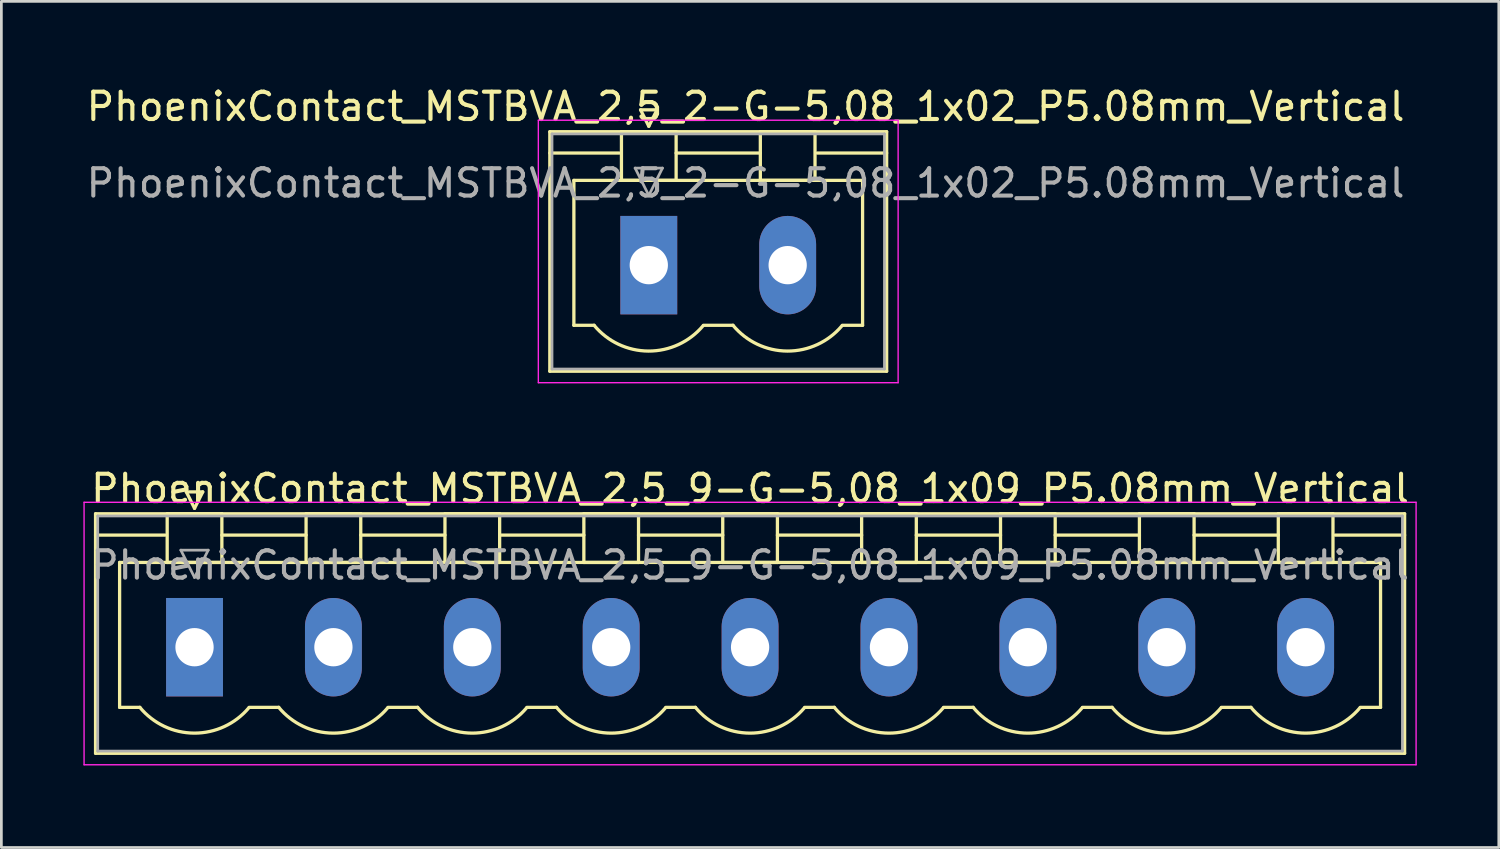
<source format=kicad_pcb>
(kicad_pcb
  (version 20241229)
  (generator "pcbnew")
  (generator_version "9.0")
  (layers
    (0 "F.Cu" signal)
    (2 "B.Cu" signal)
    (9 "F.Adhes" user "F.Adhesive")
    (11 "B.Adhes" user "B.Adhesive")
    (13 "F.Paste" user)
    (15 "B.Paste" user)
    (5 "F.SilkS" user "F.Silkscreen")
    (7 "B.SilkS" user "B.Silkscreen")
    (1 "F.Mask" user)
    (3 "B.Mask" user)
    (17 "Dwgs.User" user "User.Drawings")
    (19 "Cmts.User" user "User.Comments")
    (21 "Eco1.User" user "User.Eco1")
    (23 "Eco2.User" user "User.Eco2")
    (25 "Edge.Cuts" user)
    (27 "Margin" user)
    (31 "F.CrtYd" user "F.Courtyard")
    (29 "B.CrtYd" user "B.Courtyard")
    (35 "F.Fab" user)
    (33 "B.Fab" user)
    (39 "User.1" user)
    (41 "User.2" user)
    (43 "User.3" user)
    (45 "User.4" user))
  (footprint "PhoenixContact_MSTBVA_2,5_9-G-5,08_1x09_P5.08mm_Vertical"
    (layer "F.Cu")
    (at 4.065 20.622)
    (property "Reference" "PhoenixContact_MSTBVA_2,5_9-G-5,08_1x09_P5.08mm_Vertical" (at 20.32 -5.8 0) (layer "F.SilkS") (effects (font (size 1 1) (thickness 0.15))))
    (attr through_hole)
    (fp_line (start -3.62 -4.88) (end -3.62 3.88) (stroke (width 0.12) (type solid)) (layer "F.SilkS"))
    (fp_line (start -3.62 -4.1) (end -1.08 -4.1) (stroke (width 0.12) (type solid)) (layer "F.SilkS"))
    (fp_line (start -3.62 3.88) (end 44.26 3.88) (stroke (width 0.12) (type solid)) (layer "F.SilkS"))
    (fp_line (start -2.74 -3.1) (end 43.38 -3.1) (stroke (width 0.12) (type solid)) (layer "F.SilkS"))
    (fp_line (start -2.74 2.2) (end -2.74 -3.1) (stroke (width 0.12) (type solid)) (layer "F.SilkS"))
    (fp_line (start -2 2.2) (end -2.74 2.2) (stroke (width 0.12) (type solid)) (layer "F.SilkS"))
    (fp_line (start -1 -4.88) (end 1 -4.88) (stroke (width 0.12) (type solid)) (layer "F.SilkS"))
    (fp_line (start -1 -3.1) (end -1 -4.88) (stroke (width 0.12) (type solid)) (layer "F.SilkS"))
    (fp_line (start -0.3 -5.68) (end 0.3 -5.68) (stroke (width 0.12) (type solid)) (layer "F.SilkS"))
    (fp_line (start 0 -5.08) (end -0.3 -5.68) (stroke (width 0.12) (type solid)) (layer "F.SilkS"))
    (fp_line (start 0.3 -5.68) (end 0 -5.08) (stroke (width 0.12) (type solid)) (layer "F.SilkS"))
    (fp_line (start 1 -4.88) (end 1 -3.1) (stroke (width 0.12) (type solid)) (layer "F.SilkS"))
    (fp_line (start 1 -4.1) (end 4.08 -4.1) (stroke (width 0.12) (type solid)) (layer "F.SilkS"))
    (fp_line (start 1 -3.1) (end -1 -3.1) (stroke (width 0.12) (type solid)) (layer "F.SilkS"))
    (fp_line (start 2 2.2) (end 3.08 2.2) (stroke (width 0.12) (type solid)) (layer "F.SilkS"))
    (fp_line (start 4.08 -4.88) (end 6.08 -4.88) (stroke (width 0.12) (type solid)) (layer "F.SilkS"))
    (fp_line (start 4.08 -3.1) (end 4.08 -4.88) (stroke (width 0.12) (type solid)) (layer "F.SilkS"))
    (fp_line (start 6.08 -4.88) (end 6.08 -3.1) (stroke (width 0.12) (type solid)) (layer "F.SilkS"))
    (fp_line (start 6.08 -4.1) (end 9.16 -4.1) (stroke (width 0.12) (type solid)) (layer "F.SilkS"))
    (fp_line (start 6.08 -3.1) (end 4.08 -3.1) (stroke (width 0.12) (type solid)) (layer "F.SilkS"))
    (fp_line (start 7.08 2.2) (end 8.16 2.2) (stroke (width 0.12) (type solid)) (layer "F.SilkS"))
    (fp_line (start 9.16 -4.88) (end 11.16 -4.88) (stroke (width 0.12) (type solid)) (layer "F.SilkS"))
    (fp_line (start 9.16 -3.1) (end 9.16 -4.88) (stroke (width 0.12) (type solid)) (layer "F.SilkS"))
    (fp_line (start 11.16 -4.88) (end 11.16 -3.1) (stroke (width 0.12) (type solid)) (layer "F.SilkS"))
    (fp_line (start 11.16 -4.1) (end 14.24 -4.1) (stroke (width 0.12) (type solid)) (layer "F.SilkS"))
    (fp_line (start 11.16 -3.1) (end 9.16 -3.1) (stroke (width 0.12) (type solid)) (layer "F.SilkS"))
    (fp_line (start 12.16 2.2) (end 13.24 2.2) (stroke (width 0.12) (type solid)) (layer "F.SilkS"))
    (fp_line (start 14.24 -4.88) (end 16.24 -4.88) (stroke (width 0.12) (type solid)) (layer "F.SilkS"))
    (fp_line (start 14.24 -3.1) (end 14.24 -4.88) (stroke (width 0.12) (type solid)) (layer "F.SilkS"))
    (fp_line (start 16.24 -4.88) (end 16.24 -3.1) (stroke (width 0.12) (type solid)) (layer "F.SilkS"))
    (fp_line (start 16.24 -4.1) (end 19.32 -4.1) (stroke (width 0.12) (type solid)) (layer "F.SilkS"))
    (fp_line (start 16.24 -3.1) (end 14.24 -3.1) (stroke (width 0.12) (type solid)) (layer "F.SilkS"))
    (fp_line (start 17.24 2.2) (end 18.32 2.2) (stroke (width 0.12) (type solid)) (layer "F.SilkS"))
    (fp_line (start 19.32 -4.88) (end 21.32 -4.88) (stroke (width 0.12) (type solid)) (layer "F.SilkS"))
    (fp_line (start 19.32 -3.1) (end 19.32 -4.88) (stroke (width 0.12) (type solid)) (layer "F.SilkS"))
    (fp_line (start 21.32 -4.88) (end 21.32 -3.1) (stroke (width 0.12) (type solid)) (layer "F.SilkS"))
    (fp_line (start 21.32 -4.1) (end 24.4 -4.1) (stroke (width 0.12) (type solid)) (layer "F.SilkS"))
    (fp_line (start 21.32 -3.1) (end 19.32 -3.1) (stroke (width 0.12) (type solid)) (layer "F.SilkS"))
    (fp_line (start 22.32 2.2) (end 23.4 2.2) (stroke (width 0.12) (type solid)) (layer "F.SilkS"))
    (fp_line (start 24.4 -4.88) (end 26.4 -4.88) (stroke (width 0.12) (type solid)) (layer "F.SilkS"))
    (fp_line (start 24.4 -3.1) (end 24.4 -4.88) (stroke (width 0.12) (type solid)) (layer "F.SilkS"))
    (fp_line (start 26.4 -4.88) (end 26.4 -3.1) (stroke (width 0.12) (type solid)) (layer "F.SilkS"))
    (fp_line (start 26.4 -4.1) (end 29.48 -4.1) (stroke (width 0.12) (type solid)) (layer "F.SilkS"))
    (fp_line (start 26.4 -3.1) (end 24.4 -3.1) (stroke (width 0.12) (type solid)) (layer "F.SilkS"))
    (fp_line (start 27.4 2.2) (end 28.48 2.2) (stroke (width 0.12) (type solid)) (layer "F.SilkS"))
    (fp_line (start 29.48 -4.88) (end 31.48 -4.88) (stroke (width 0.12) (type solid)) (layer "F.SilkS"))
    (fp_line (start 29.48 -3.1) (end 29.48 -4.88) (stroke (width 0.12) (type solid)) (layer "F.SilkS"))
    (fp_line (start 31.48 -4.88) (end 31.48 -3.1) (stroke (width 0.12) (type solid)) (layer "F.SilkS"))
    (fp_line (start 31.48 -4.1) (end 34.56 -4.1) (stroke (width 0.12) (type solid)) (layer "F.SilkS"))
    (fp_line (start 31.48 -3.1) (end 29.48 -3.1) (stroke (width 0.12) (type solid)) (layer "F.SilkS"))
    (fp_line (start 32.48 2.2) (end 33.56 2.2) (stroke (width 0.12) (type solid)) (layer "F.SilkS"))
    (fp_line (start 34.56 -4.88) (end 36.56 -4.88) (stroke (width 0.12) (type solid)) (layer "F.SilkS"))
    (fp_line (start 34.56 -3.1) (end 34.56 -4.88) (stroke (width 0.12) (type solid)) (layer "F.SilkS"))
    (fp_line (start 36.56 -4.88) (end 36.56 -3.1) (stroke (width 0.12) (type solid)) (layer "F.SilkS"))
    (fp_line (start 36.56 -4.1) (end 39.64 -4.1) (stroke (width 0.12) (type solid)) (layer "F.SilkS"))
    (fp_line (start 36.56 -3.1) (end 34.56 -3.1) (stroke (width 0.12) (type solid)) (layer "F.SilkS"))
    (fp_line (start 37.56 2.2) (end 38.64 2.2) (stroke (width 0.12) (type solid)) (layer "F.SilkS"))
    (fp_line (start 39.64 -4.88) (end 41.64 -4.88) (stroke (width 0.12) (type solid)) (layer "F.SilkS"))
    (fp_line (start 39.64 -3.1) (end 39.64 -4.88) (stroke (width 0.12) (type solid)) (layer "F.SilkS"))
    (fp_line (start 41.64 -4.88) (end 41.64 -3.1) (stroke (width 0.12) (type solid)) (layer "F.SilkS"))
    (fp_line (start 41.64 -3.1) (end 39.64 -3.1) (stroke (width 0.12) (type solid)) (layer "F.SilkS"))
    (fp_line (start 43.38 -3.1) (end 43.38 2.2) (stroke (width 0.12) (type solid)) (layer "F.SilkS"))
    (fp_line (start 43.38 2.2) (end 42.64 2.2) (stroke (width 0.12) (type solid)) (layer "F.SilkS"))
    (fp_line (start 44.26 -4.88) (end -3.62 -4.88) (stroke (width 0.12) (type solid)) (layer "F.SilkS"))
    (fp_line (start 44.26 -4.1) (end 41.72 -4.1) (stroke (width 0.12) (type solid)) (layer "F.SilkS"))
    (fp_line (start 44.26 3.88) (end 44.26 -4.88) (stroke (width 0.12) (type solid)) (layer "F.SilkS"))
    (fp_arc (start 1.986842 2.215821) (mid -0.010289 3.142758) (end -2 2.2) (stroke (width 0.12) (type solid)) (layer "F.SilkS"))
    (fp_arc (start 7.066842 2.215821) (mid 5.069711 3.142758) (end 3.08 2.2) (stroke (width 0.12) (type solid)) (layer "F.SilkS"))
    (fp_arc (start 12.146842 2.215821) (mid 10.149711 3.142758) (end 8.16 2.2) (stroke (width 0.12) (type solid)) (layer "F.SilkS"))
    (fp_arc (start 17.226842 2.215821) (mid 15.229711 3.142758) (end 13.24 2.2) (stroke (width 0.12) (type solid)) (layer "F.SilkS"))
    (fp_arc (start 22.306842 2.215821) (mid 20.309711 3.142758) (end 18.32 2.2) (stroke (width 0.12) (type solid)) (layer "F.SilkS"))
    (fp_arc (start 27.386842 2.215821) (mid 25.389711 3.142758) (end 23.4 2.2) (stroke (width 0.12) (type solid)) (layer "F.SilkS"))
    (fp_arc (start 32.466842 2.215821) (mid 30.469711 3.142758) (end 28.48 2.2) (stroke (width 0.12) (type solid)) (layer "F.SilkS"))
    (fp_arc (start 37.546842 2.215821) (mid 35.549711 3.142758) (end 33.56 2.2) (stroke (width 0.12) (type solid)) (layer "F.SilkS"))
    (fp_arc (start 42.626842 2.215821) (mid 40.629711 3.142758) (end 38.64 2.2) (stroke (width 0.12) (type solid)) (layer "F.SilkS"))
    (fp_line (start -4.04 -5.3) (end -4.04 4.3) (stroke (width 0.05) (type solid)) (layer "F.CrtYd"))
    (fp_line (start -4.04 4.3) (end 44.68 4.3) (stroke (width 0.05) (type solid)) (layer "F.CrtYd"))
    (fp_line (start 44.68 -5.3) (end -4.04 -5.3) (stroke (width 0.05) (type solid)) (layer "F.CrtYd"))
    (fp_line (start 44.68 4.3) (end 44.68 -5.3) (stroke (width 0.05) (type solid)) (layer "F.CrtYd"))
    (fp_line (start -3.54 -4.8) (end -3.54 3.8) (stroke (width 0.1) (type solid)) (layer "F.Fab"))
    (fp_line (start -3.54 3.8) (end 44.18 3.8) (stroke (width 0.1) (type solid)) (layer "F.Fab"))
    (fp_line (start -0.5 -3.55) (end 0.5 -3.55) (stroke (width 0.1) (type solid)) (layer "F.Fab"))
    (fp_line (start 0 -2.55) (end -0.5 -3.55) (stroke (width 0.1) (type solid)) (layer "F.Fab"))
    (fp_line (start 0.5 -3.55) (end 0 -2.55) (stroke (width 0.1) (type solid)) (layer "F.Fab"))
    (fp_line (start 44.18 -4.8) (end -3.54 -4.8) (stroke (width 0.1) (type solid)) (layer "F.Fab"))
    (fp_line (start 44.18 3.8) (end 44.18 -4.8) (stroke (width 0.1) (type solid)) (layer "F.Fab"))
    (fp_text user "${REFERENCE}" (at 20.32 -3 0) (layer "F.Fab") (effects (font (size 1 1) (thickness 0.15))))
    (pad "1" thru_hole rect (at 0 0) (size 2.08 3.6) (drill 1.4) (layers "*.Cu" "*.Mask"))
    (pad "2" thru_hole oval (at 5.08 0) (size 2.08 3.6) (drill 1.4) (layers "*.Cu" "*.Mask"))
    (pad "3" thru_hole oval (at 10.16 0) (size 2.08 3.6) (drill 1.4) (layers "*.Cu" "*.Mask"))
    (pad "4" thru_hole oval (at 15.24 0) (size 2.08 3.6) (drill 1.4) (layers "*.Cu" "*.Mask"))
    (pad "5" thru_hole oval (at 20.32 0) (size 2.08 3.6) (drill 1.4) (layers "*.Cu" "*.Mask"))
    (pad "6" thru_hole oval (at 25.4 0) (size 2.08 3.6) (drill 1.4) (layers "*.Cu" "*.Mask"))
    (pad "7" thru_hole oval (at 30.48 0) (size 2.08 3.6) (drill 1.4) (layers "*.Cu" "*.Mask"))
    (pad "8" thru_hole oval (at 35.56 0) (size 2.08 3.6) (drill 1.4) (layers "*.Cu" "*.Mask"))
    (pad "9" thru_hole oval (at 40.64 0) (size 2.08 3.6) (drill 1.4) (layers "*.Cu" "*.Mask")))
  (footprint "PhoenixContact_MSTBVA_2,5_2-G-5,08_1x02_P5.08mm_Vertical"
    (layer "F.Cu")
    (at 20.68 6.648)
    (property "Reference" "PhoenixContact_MSTBVA_2,5_2-G-5,08_1x02_P5.08mm_Vertical" (at 3.54 -5.8 0) (layer "F.SilkS") (effects (font (size 1 1) (thickness 0.15))))
    (attr through_hole)
    (fp_line (start -3.62 -4.88) (end -3.62 3.88) (stroke (width 0.12) (type solid)) (layer "F.SilkS"))
    (fp_line (start -3.62 -4.1) (end -1.08 -4.1) (stroke (width 0.12) (type solid)) (layer "F.SilkS"))
    (fp_line (start -3.62 3.88) (end 8.7 3.88) (stroke (width 0.12) (type solid)) (layer "F.SilkS"))
    (fp_line (start -2.74 -3.1) (end 7.82 -3.1) (stroke (width 0.12) (type solid)) (layer "F.SilkS"))
    (fp_line (start -2.74 2.2) (end -2.74 -3.1) (stroke (width 0.12) (type solid)) (layer "F.SilkS"))
    (fp_line (start -2 2.2) (end -2.74 2.2) (stroke (width 0.12) (type solid)) (layer "F.SilkS"))
    (fp_line (start -1 -4.88) (end 1 -4.88) (stroke (width 0.12) (type solid)) (layer "F.SilkS"))
    (fp_line (start -1 -3.1) (end -1 -4.88) (stroke (width 0.12) (type solid)) (layer "F.SilkS"))
    (fp_line (start -0.3 -5.68) (end 0.3 -5.68) (stroke (width 0.12) (type solid)) (layer "F.SilkS"))
    (fp_line (start 0 -5.08) (end -0.3 -5.68) (stroke (width 0.12) (type solid)) (layer "F.SilkS"))
    (fp_line (start 0.3 -5.68) (end 0 -5.08) (stroke (width 0.12) (type solid)) (layer "F.SilkS"))
    (fp_line (start 1 -4.88) (end 1 -3.1) (stroke (width 0.12) (type solid)) (layer "F.SilkS"))
    (fp_line (start 1 -4.1) (end 4.08 -4.1) (stroke (width 0.12) (type solid)) (layer "F.SilkS"))
    (fp_line (start 1 -3.1) (end -1 -3.1) (stroke (width 0.12) (type solid)) (layer "F.SilkS"))
    (fp_line (start 2 2.2) (end 3.08 2.2) (stroke (width 0.12) (type solid)) (layer "F.SilkS"))
    (fp_line (start 4.08 -4.88) (end 6.08 -4.88) (stroke (width 0.12) (type solid)) (layer "F.SilkS"))
    (fp_line (start 4.08 -3.1) (end 4.08 -4.88) (stroke (width 0.12) (type solid)) (layer "F.SilkS"))
    (fp_line (start 6.08 -4.88) (end 6.08 -3.1) (stroke (width 0.12) (type solid)) (layer "F.SilkS"))
    (fp_line (start 6.08 -3.1) (end 4.08 -3.1) (stroke (width 0.12) (type solid)) (layer "F.SilkS"))
    (fp_line (start 7.82 -3.1) (end 7.82 2.2) (stroke (width 0.12) (type solid)) (layer "F.SilkS"))
    (fp_line (start 7.82 2.2) (end 7.08 2.2) (stroke (width 0.12) (type solid)) (layer "F.SilkS"))
    (fp_line (start 8.7 -4.88) (end -3.62 -4.88) (stroke (width 0.12) (type solid)) (layer "F.SilkS"))
    (fp_line (start 8.7 -4.1) (end 6.16 -4.1) (stroke (width 0.12) (type solid)) (layer "F.SilkS"))
    (fp_line (start 8.7 3.88) (end 8.7 -4.88) (stroke (width 0.12) (type solid)) (layer "F.SilkS"))
    (fp_arc (start 1.986842 2.215821) (mid -0.010289 3.142758) (end -2 2.2) (stroke (width 0.12) (type solid)) (layer "F.SilkS"))
    (fp_arc (start 7.066842 2.215821) (mid 5.069711 3.142758) (end 3.08 2.2) (stroke (width 0.12) (type solid)) (layer "F.SilkS"))
    (fp_line (start -4.04 -5.3) (end -4.04 4.3) (stroke (width 0.05) (type solid)) (layer "F.CrtYd"))
    (fp_line (start -4.04 4.3) (end 9.12 4.3) (stroke (width 0.05) (type solid)) (layer "F.CrtYd"))
    (fp_line (start 9.12 -5.3) (end -4.04 -5.3) (stroke (width 0.05) (type solid)) (layer "F.CrtYd"))
    (fp_line (start 9.12 4.3) (end 9.12 -5.3) (stroke (width 0.05) (type solid)) (layer "F.CrtYd"))
    (fp_line (start -3.54 -4.8) (end -3.54 3.8) (stroke (width 0.1) (type solid)) (layer "F.Fab"))
    (fp_line (start -3.54 3.8) (end 8.62 3.8) (stroke (width 0.1) (type solid)) (layer "F.Fab"))
    (fp_line (start -0.5 -3.55) (end 0.5 -3.55) (stroke (width 0.1) (type solid)) (layer "F.Fab"))
    (fp_line (start 0 -2.55) (end -0.5 -3.55) (stroke (width 0.1) (type solid)) (layer "F.Fab"))
    (fp_line (start 0.5 -3.55) (end 0 -2.55) (stroke (width 0.1) (type solid)) (layer "F.Fab"))
    (fp_line (start 8.62 -4.8) (end -3.54 -4.8) (stroke (width 0.1) (type solid)) (layer "F.Fab"))
    (fp_line (start 8.62 3.8) (end 8.62 -4.8) (stroke (width 0.1) (type solid)) (layer "F.Fab"))
    (fp_text user "${REFERENCE}" (at 3.54 -3 0) (layer "F.Fab") (effects (font (size 1 1) (thickness 0.15))))
    (pad "1" thru_hole rect (at 0 0) (size 2.08 3.6) (drill 1.4) (layers "*.Cu" "*.Mask"))
    (pad "2" thru_hole oval (at 5.08 0) (size 2.08 3.6) (drill 1.4) (layers "*.Cu" "*.Mask")))
  (gr_rect
    (start -3 -3)
    (end 51.77 27.947)
    (stroke (width 0.1) (type default))
    (fill no)
    (layer "Edge.Cuts")))
</source>
